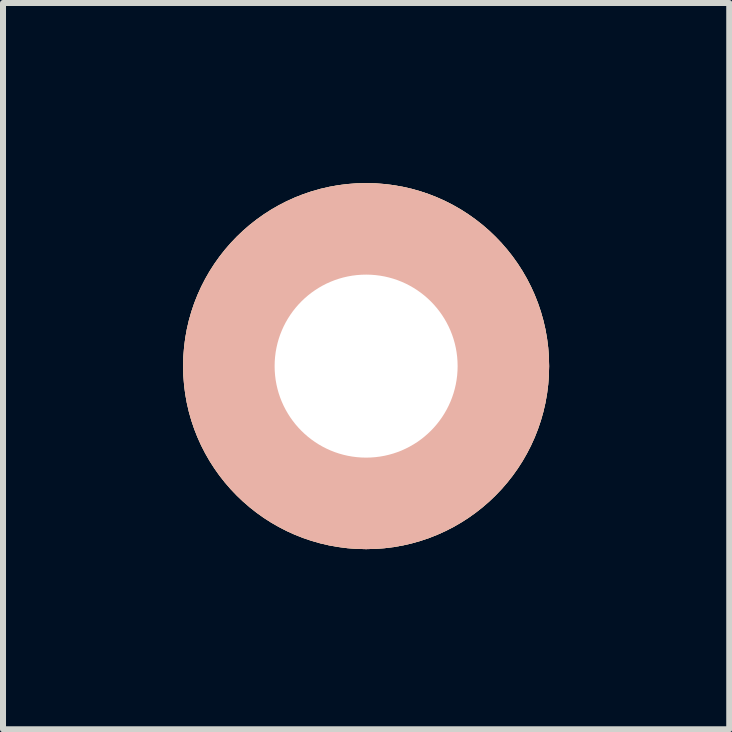
<source format=kicad_pcb>
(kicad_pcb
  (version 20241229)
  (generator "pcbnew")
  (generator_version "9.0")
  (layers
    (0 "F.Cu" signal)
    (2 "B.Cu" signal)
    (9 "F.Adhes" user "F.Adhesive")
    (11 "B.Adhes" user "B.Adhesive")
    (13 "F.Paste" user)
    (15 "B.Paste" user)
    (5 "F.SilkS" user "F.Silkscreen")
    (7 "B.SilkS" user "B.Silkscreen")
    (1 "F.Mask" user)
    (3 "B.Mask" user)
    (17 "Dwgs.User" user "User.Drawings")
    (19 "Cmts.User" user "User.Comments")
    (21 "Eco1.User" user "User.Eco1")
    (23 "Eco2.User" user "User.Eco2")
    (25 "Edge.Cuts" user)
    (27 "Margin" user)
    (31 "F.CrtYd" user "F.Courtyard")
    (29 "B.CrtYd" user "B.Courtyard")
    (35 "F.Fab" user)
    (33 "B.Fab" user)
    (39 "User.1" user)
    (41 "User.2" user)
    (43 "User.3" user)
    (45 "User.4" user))
  (footprint "Screw"
    (layer "F.Cu")
    (at 3.048 3.048)
    (property "Reference" "Screw" (at 0 -1.587 0) (layer "F.SilkS") (effects (font (size 1.016 1.016) (thickness 0.152))))
    (attr through_hole)
    (pad "1" thru_hole circle (at 0 0) (size 6.096 6.096) (drill 3.048) (layers "*.Cu" "*.Paste" "*.SilkS" "*.Mask")))
  (gr_rect
    (start -3 -3)
    (end 9.096 9.096)
    (stroke (width 0.1) (type default))
    (fill no)
    (layer "Edge.Cuts")))
</source>
